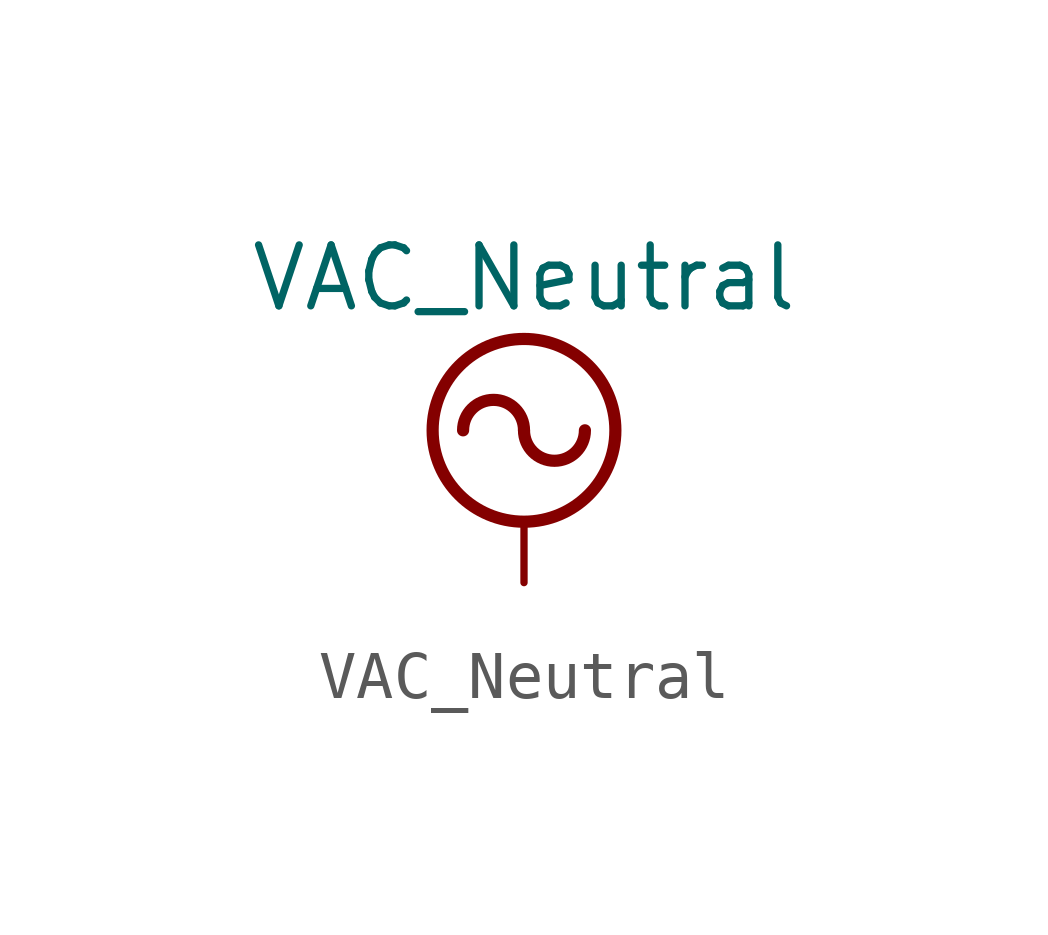
<source format=kicad_sym>
(kicad_symbol_lib
  (version 20220914)
  (generator kicad_symbol_editor)
  (symbol "VAC_Neutral"
    (power)
    (pin_names
      (offset 0))
    (property "Reference" "#PWR"
      (at 0 -2.54 0)
      (effects (font (size 1.27 1.27)) hide))
    (property "Value" "VAC_Neutral"
      (at 0 6.35 0)
      (effects (font (size 1.27 1.27))))
    (symbol "VAC_Neutral_0_1"
      (polyline (pts (xy 0 0) (xy 0 1.27)) (stroke (width 0) (type default)) (fill (type none)))
      (arc (start 0 3.175) (mid -0.635 3.8073) (end -1.27 3.175) (stroke (width 0.254) (type default)) (fill (type none)))
      (arc (start 0 3.175) (mid 0.635 2.5427) (end 1.27 3.175) (stroke (width 0.254) (type default)) (fill (type none)))
      (circle (center 0 3.175) (radius 1.905) (stroke (width 0.254) (type default)) (fill (type none))))
    (symbol "VAC_Neutral_1_1"
      (pin power_in line (at 0 0 90) (length 0) hide (name "VAC" (effects (font (size 1.27 1.27)))) (number "1" (effects (font (size 1.27 1.27))))))))
</source>
